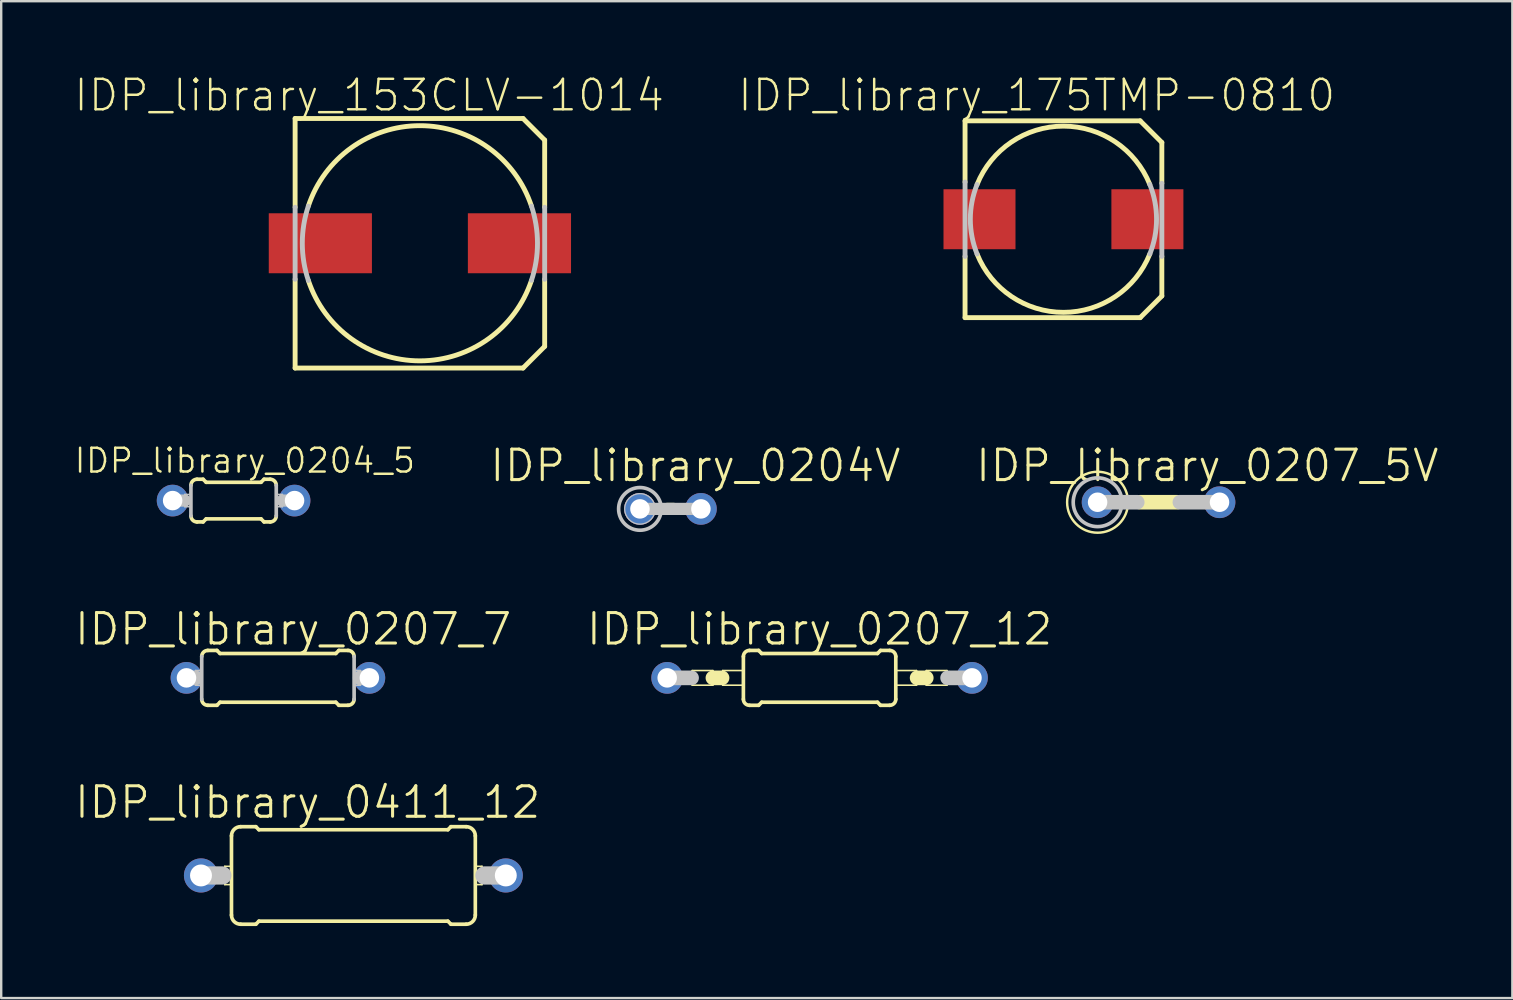
<source format=kicad_pcb>
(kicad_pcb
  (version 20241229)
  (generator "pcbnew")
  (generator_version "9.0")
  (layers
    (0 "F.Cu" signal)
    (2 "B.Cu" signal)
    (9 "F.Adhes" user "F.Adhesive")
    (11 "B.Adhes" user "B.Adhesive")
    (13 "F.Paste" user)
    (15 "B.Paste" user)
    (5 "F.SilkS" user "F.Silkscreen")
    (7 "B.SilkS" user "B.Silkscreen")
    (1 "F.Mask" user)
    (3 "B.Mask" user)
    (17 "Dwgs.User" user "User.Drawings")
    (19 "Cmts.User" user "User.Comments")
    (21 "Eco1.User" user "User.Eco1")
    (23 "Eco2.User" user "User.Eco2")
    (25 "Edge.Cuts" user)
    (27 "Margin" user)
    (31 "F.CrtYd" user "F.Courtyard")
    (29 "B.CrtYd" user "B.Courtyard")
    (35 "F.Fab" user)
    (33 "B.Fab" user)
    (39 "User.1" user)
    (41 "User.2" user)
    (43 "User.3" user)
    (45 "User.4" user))
  (footprint "IDP_library_175TMP-0810"
    (layer "F.Cu")
    (at 41.261 6.085)
    (property "Reference" "IDP_library_175TMP-0810" (at -1.113 -5.164 0) (layer "F.SilkS") (effects (font (size 1.27 1.27) (thickness 0.102))))
    (attr smd)
    (fp_line (start -4.1 -4.1) (end 3.198 -4.1) (stroke (width 0.203) (type solid)) (layer "F.SilkS"))
    (fp_line (start -4.1 -1.549) (end -4.1 -4.1) (stroke (width 0.203) (type solid)) (layer "F.SilkS"))
    (fp_line (start -4.1 4.1) (end -4.1 1.549) (stroke (width 0.203) (type solid)) (layer "F.SilkS"))
    (fp_line (start 3.198 -4.1) (end 4.1 -3.198) (stroke (width 0.203) (type solid)) (layer "F.SilkS"))
    (fp_line (start 3.198 4.1) (end -4.1 4.1) (stroke (width 0.203) (type solid)) (layer "F.SilkS"))
    (fp_line (start 4.1 -3.198) (end 4.1 -1.499) (stroke (width 0.203) (type solid)) (layer "F.SilkS"))
    (fp_line (start 4.1 1.549) (end 4.1 3.198) (stroke (width 0.203) (type solid)) (layer "F.SilkS"))
    (fp_line (start 4.1 3.198) (end 3.198 4.1) (stroke (width 0.203) (type solid)) (layer "F.SilkS"))
    (fp_arc (start -3.59918 -1.4478) (mid -0.002514 -3.879461) (end 3.5973 -1.452464) (stroke (width 0.2032) (type solid)) (layer "F.SilkS"))
    (fp_arc (start 3.59918 1.4478) (mid 0.002514 3.879461) (end -3.5973 1.452464) (stroke (width 0.2032) (type solid)) (layer "F.SilkS"))
    (fp_line (start -4.1 1.549) (end -4.1 -1.549) (stroke (width 0.203) (type solid)) (layer "Dwgs.User"))
    (fp_line (start 4.1 -1.499) (end 4.1 1.549) (stroke (width 0.203) (type solid)) (layer "Dwgs.User"))
    (fp_arc (start -3.59918 1.4478) (mid -3.879461 0.000871) (end -3.59983 -1.446183) (stroke (width 0.2032) (type solid)) (layer "Dwgs.User"))
    (fp_arc (start 3.59918 -1.4478) (mid 3.879461 -0.000871) (end 3.59983 1.446183) (stroke (width 0.2032) (type solid)) (layer "Dwgs.User"))
    (pad "+" smd rect (at 3.498 0) (size 3 2.499) (layers "F.Cu" "F.Mask" "F.Paste"))
    (pad "-" smd rect (at -3.498 0) (size 3 2.499) (layers "F.Cu" "F.Mask" "F.Paste")))
  (footprint "IDP_library_0204_5"
    (layer "F.Cu")
    (at 6.683 17.808)
    (property "Reference" "IDP_library_0204_5" (at 0.47 -1.664 0) (layer "F.SilkS") (effects (font (size 0.991 0.991) (thickness 0.102))))
    (attr exclude_from_pos_files exclude_from_bom)
    (fp_line (start -1.524 -0.889) (end -1.27 -0.889) (stroke (width 0.152) (type solid)) (layer "F.SilkS"))
    (fp_line (start -1.524 0.889) (end -1.27 0.889) (stroke (width 0.152) (type solid)) (layer "F.SilkS"))
    (fp_line (start -1.143 -0.762) (end -1.27 -0.889) (stroke (width 0.152) (type solid)) (layer "F.SilkS"))
    (fp_line (start -1.143 0.762) (end -1.27 0.889) (stroke (width 0.152) (type solid)) (layer "F.SilkS"))
    (fp_line (start 1.143 -0.762) (end -1.143 -0.762) (stroke (width 0.152) (type solid)) (layer "F.SilkS"))
    (fp_line (start 1.143 -0.762) (end 1.27 -0.889) (stroke (width 0.152) (type solid)) (layer "F.SilkS"))
    (fp_line (start 1.143 0.762) (end -1.143 0.762) (stroke (width 0.152) (type solid)) (layer "F.SilkS"))
    (fp_line (start 1.143 0.762) (end 1.27 0.889) (stroke (width 0.152) (type solid)) (layer "F.SilkS"))
    (fp_line (start 1.524 -0.889) (end 1.27 -0.889) (stroke (width 0.152) (type solid)) (layer "F.SilkS"))
    (fp_line (start 1.524 0.889) (end 1.27 0.889) (stroke (width 0.152) (type solid)) (layer "F.SilkS"))
    (fp_arc (start -1.778 -0.635) (mid -1.703605 -0.814605) (end -1.524 -0.889) (stroke (width 0.1524) (type solid)) (layer "F.SilkS"))
    (fp_arc (start -1.524 0.889) (mid -1.703605 0.814605) (end -1.778 0.635) (stroke (width 0.1524) (type solid)) (layer "F.SilkS"))
    (fp_arc (start 1.524 -0.889) (mid 1.703605 -0.814605) (end 1.778 -0.635) (stroke (width 0.1524) (type solid)) (layer "F.SilkS"))
    (fp_arc (start 1.778 0.635) (mid 1.703605 0.814605) (end 1.524 0.889) (stroke (width 0.1524) (type solid)) (layer "F.SilkS"))
    (fp_line (start -2.54 0) (end -2.032 0) (stroke (width 0.508) (type solid)) (layer "Dwgs.User"))
    (fp_line (start -2.032 -0.254) (end -1.778 -0.254) (stroke (width 0.066) (type solid)) (layer "Dwgs.User"))
    (fp_line (start -2.032 0.254) (end -2.032 -0.254) (stroke (width 0.066) (type solid)) (layer "Dwgs.User"))
    (fp_line (start -2.032 0.254) (end -1.778 0.254) (stroke (width 0.066) (type solid)) (layer "Dwgs.User"))
    (fp_line (start -1.778 0.254) (end -1.778 -0.254) (stroke (width 0.066) (type solid)) (layer "Dwgs.User"))
    (fp_line (start -1.778 0.635) (end -1.778 -0.635) (stroke (width 0.152) (type solid)) (layer "Dwgs.User"))
    (fp_line (start 1.778 -0.254) (end 2.032 -0.254) (stroke (width 0.066) (type solid)) (layer "Dwgs.User"))
    (fp_line (start 1.778 0.254) (end 1.778 -0.254) (stroke (width 0.066) (type solid)) (layer "Dwgs.User"))
    (fp_line (start 1.778 0.254) (end 2.032 0.254) (stroke (width 0.066) (type solid)) (layer "Dwgs.User"))
    (fp_line (start 1.778 0.635) (end 1.778 -0.635) (stroke (width 0.152) (type solid)) (layer "Dwgs.User"))
    (fp_line (start 2.032 0.254) (end 2.032 -0.254) (stroke (width 0.066) (type solid)) (layer "Dwgs.User"))
    (fp_line (start 2.54 0) (end 2.032 0) (stroke (width 0.508) (type solid)) (layer "Dwgs.User"))
    (pad "1" thru_hole circle (at -2.54 0) (size 1.321 1.321) (drill 0.813) (layers "*.Cu" "*.Paste" "*.Mask"))
    (pad "2" thru_hole circle (at 2.54 0) (size 1.321 1.321) (drill 0.813) (layers "*.Cu" "*.Paste" "*.Mask")))
  (footprint "IDP_library_0411_12"
    (layer "F.Cu")
    (at 11.675 33.428)
    (property "Reference" "IDP_library_0411_12" (at -1.905 -3.048 0) (layer "F.SilkS") (effects (font (size 1.27 1.27) (thickness 0.127))))
    (attr exclude_from_pos_files exclude_from_bom)
    (fp_line (start -5.359 -0.381) (end -5.08 -0.381) (stroke (width 0.066) (type solid)) (layer "F.SilkS"))
    (fp_line (start -5.359 0.381) (end -5.359 -0.381) (stroke (width 0.066) (type solid)) (layer "F.SilkS"))
    (fp_line (start -5.359 0.381) (end -5.08 0.381) (stroke (width 0.066) (type solid)) (layer "F.SilkS"))
    (fp_line (start -5.08 -1.651) (end -5.08 1.651) (stroke (width 0.152) (type solid)) (layer "F.SilkS"))
    (fp_line (start -5.08 0.381) (end -5.08 -0.381) (stroke (width 0.066) (type solid)) (layer "F.SilkS"))
    (fp_line (start -4.699 -2.032) (end -4.064 -2.032) (stroke (width 0.152) (type solid)) (layer "F.SilkS"))
    (fp_line (start -4.699 2.032) (end -4.064 2.032) (stroke (width 0.152) (type solid)) (layer "F.SilkS"))
    (fp_line (start -3.937 -1.905) (end -4.064 -2.032) (stroke (width 0.152) (type solid)) (layer "F.SilkS"))
    (fp_line (start -3.937 -1.905) (end 3.937 -1.905) (stroke (width 0.152) (type solid)) (layer "F.SilkS"))
    (fp_line (start -3.937 1.905) (end -4.064 2.032) (stroke (width 0.152) (type solid)) (layer "F.SilkS"))
    (fp_line (start -3.937 1.905) (end 3.937 1.905) (stroke (width 0.152) (type solid)) (layer "F.SilkS"))
    (fp_line (start 3.937 -1.905) (end 4.064 -2.032) (stroke (width 0.152) (type solid)) (layer "F.SilkS"))
    (fp_line (start 3.937 1.905) (end 4.064 2.032) (stroke (width 0.152) (type solid)) (layer "F.SilkS"))
    (fp_line (start 4.699 -2.032) (end 4.064 -2.032) (stroke (width 0.152) (type solid)) (layer "F.SilkS"))
    (fp_line (start 4.699 2.032) (end 4.064 2.032) (stroke (width 0.152) (type solid)) (layer "F.SilkS"))
    (fp_line (start 5.08 -0.381) (end 5.359 -0.381) (stroke (width 0.066) (type solid)) (layer "F.SilkS"))
    (fp_line (start 5.08 0.381) (end 5.08 -0.381) (stroke (width 0.066) (type solid)) (layer "F.SilkS"))
    (fp_line (start 5.08 0.381) (end 5.359 0.381) (stroke (width 0.066) (type solid)) (layer "F.SilkS"))
    (fp_line (start 5.08 1.651) (end 5.08 -1.651) (stroke (width 0.152) (type solid)) (layer "F.SilkS"))
    (fp_line (start 5.359 0.381) (end 5.359 -0.381) (stroke (width 0.066) (type solid)) (layer "F.SilkS"))
    (fp_arc (start -5.08 -1.651) (mid -4.968408 -1.920408) (end -4.699 -2.032) (stroke (width 0.1524) (type solid)) (layer "F.SilkS"))
    (fp_arc (start -4.699 2.032) (mid -4.968408 1.920408) (end -5.08 1.651) (stroke (width 0.1524) (type solid)) (layer "F.SilkS"))
    (fp_arc (start 4.699 -2.032) (mid 4.968408 -1.920408) (end 5.08 -1.651) (stroke (width 0.1524) (type solid)) (layer "F.SilkS"))
    (fp_arc (start 5.08 1.651) (mid 4.968408 1.920408) (end 4.699 2.032) (stroke (width 0.1524) (type solid)) (layer "F.SilkS"))
    (fp_line (start -6.35 0) (end -5.461 0) (stroke (width 0.762) (type solid)) (layer "Dwgs.User"))
    (fp_line (start 6.35 0) (end 5.461 0) (stroke (width 0.762) (type solid)) (layer "Dwgs.User"))
    (pad "1" thru_hole circle (at -6.35 0) (size 1.422 1.422) (drill 0.914) (layers "*.Cu" "*.Paste" "*.Mask"))
    (pad "2" thru_hole circle (at 6.35 0) (size 1.422 1.422) (drill 0.914) (layers "*.Cu" "*.Paste" "*.Mask")))
  (footprint "IDP_library_153CLV-1014"
    (layer "F.Cu")
    (at 14.446 7.086)
    (property "Reference" "IDP_library_153CLV-1014" (at -2.113 -6.165 0) (layer "F.SilkS") (effects (font (size 1.27 1.27) (thickness 0.102))))
    (attr smd)
    (fp_line (start -5.199 -5.199) (end 4.298 -5.199) (stroke (width 0.203) (type solid)) (layer "F.SilkS"))
    (fp_line (start -5.199 -1.499) (end -5.199 -5.199) (stroke (width 0.203) (type solid)) (layer "F.SilkS"))
    (fp_line (start -5.199 5.199) (end -5.199 1.499) (stroke (width 0.203) (type solid)) (layer "F.SilkS"))
    (fp_line (start 4.298 -5.199) (end 5.199 -4.298) (stroke (width 0.203) (type solid)) (layer "F.SilkS"))
    (fp_line (start 4.298 5.199) (end -5.199 5.199) (stroke (width 0.203) (type solid)) (layer "F.SilkS"))
    (fp_line (start 5.199 -4.298) (end 5.199 -1.499) (stroke (width 0.203) (type solid)) (layer "F.SilkS"))
    (fp_line (start 5.199 1.499) (end 5.199 4.298) (stroke (width 0.203) (type solid)) (layer "F.SilkS"))
    (fp_line (start 5.199 4.298) (end 4.298 5.199) (stroke (width 0.203) (type solid)) (layer "F.SilkS"))
    (fp_arc (start -4.6482 -1.5494) (mid -0.001287 -4.899633) (end 4.647385 -1.551842) (stroke (width 0.2032) (type solid)) (layer "F.SilkS"))
    (fp_arc (start 4.6482 1.5494) (mid 0.001287 4.899633) (end -4.647385 1.551842) (stroke (width 0.2032) (type solid)) (layer "F.SilkS"))
    (fp_line (start -5.199 1.499) (end -5.199 -1.499) (stroke (width 0.203) (type solid)) (layer "Dwgs.User"))
    (fp_line (start 5.199 -1.499) (end 5.199 1.499) (stroke (width 0.203) (type solid)) (layer "Dwgs.User"))
    (fp_arc (start -4.6482 1.5494) (mid -4.899632 0.002989) (end -4.650087 -1.543728) (stroke (width 0.2032) (type solid)) (layer "Dwgs.User"))
    (fp_arc (start 4.6482 -1.5494) (mid 4.899632 -0.002989) (end 4.650087 1.543728) (stroke (width 0.2032) (type solid)) (layer "Dwgs.User"))
    (pad "+" smd rect (at 4.148 0) (size 4.298 2.499) (layers "F.Cu" "F.Mask" "F.Paste"))
    (pad "-" smd rect (at -4.148 0) (size 4.298 2.499) (layers "F.Cu" "F.Mask" "F.Paste")))
  (footprint "IDP_library_0204V"
    (layer "F.Cu")
    (at 24.885 18.154)
    (property "Reference" "IDP_library_0204V" (at 1.041 -1.801 0) (layer "F.SilkS") (effects (font (size 1.27 1.27) (thickness 0.127))))
    (attr exclude_from_pos_files exclude_from_bom)
    (fp_line (start -0.127 0) (end 0.127 0) (stroke (width 0.508) (type solid)) (layer "F.SilkS"))
    (fp_line (start -1.27 0) (end 1.27 0) (stroke (width 0.508) (type solid)) (layer "Dwgs.User"))
    (fp_circle (center -1.27 0) (end -1.27 -0.889) (stroke (width 0.152) (type solid)) (fill no) (layer "Dwgs.User"))
    (fp_circle (center -1.27 0) (end -1.27 -0.635) (stroke (width 0.051) (type solid)) (fill no) (layer "Dwgs.User"))
    (pad "1" thru_hole circle (at -1.27 0) (size 1.321 1.321) (drill 0.813) (layers "*.Cu" "*.Paste" "*.Mask"))
    (pad "2" thru_hole circle (at 1.27 0) (size 1.321 1.321) (drill 0.813) (layers "*.Cu" "*.Paste" "*.Mask")))
  (footprint "IDP_library_0207_12"
    (layer "F.Cu")
    (at 31.1 25.195)
    (property "Reference" "IDP_library_0207_12" (at 0 -2.032 0) (layer "F.SilkS") (effects (font (size 1.27 1.27) (thickness 0.127))))
    (attr exclude_from_pos_files exclude_from_bom)
    (fp_line (start -5.309 -0.305) (end -4.445 -0.305) (stroke (width 0.066) (type solid)) (layer "F.SilkS"))
    (fp_line (start -5.309 0.305) (end -5.309 -0.305) (stroke (width 0.066) (type solid)) (layer "F.SilkS"))
    (fp_line (start -5.309 0.305) (end -4.445 0.305) (stroke (width 0.066) (type solid)) (layer "F.SilkS"))
    (fp_line (start -4.445 0) (end -4.064 0) (stroke (width 0.61) (type solid)) (layer "F.SilkS"))
    (fp_line (start -4.445 0.305) (end -4.445 -0.305) (stroke (width 0.066) (type solid)) (layer "F.SilkS"))
    (fp_line (start -4.039 -0.305) (end -3.175 -0.305) (stroke (width 0.066) (type solid)) (layer "F.SilkS"))
    (fp_line (start -4.039 0.305) (end -4.039 -0.305) (stroke (width 0.066) (type solid)) (layer "F.SilkS"))
    (fp_line (start -4.039 0.305) (end -3.175 0.305) (stroke (width 0.066) (type solid)) (layer "F.SilkS"))
    (fp_line (start -3.175 0.305) (end -3.175 -0.305) (stroke (width 0.066) (type solid)) (layer "F.SilkS"))
    (fp_line (start -3.175 0.889) (end -3.175 -0.889) (stroke (width 0.152) (type solid)) (layer "F.SilkS"))
    (fp_line (start -2.921 -1.143) (end -2.54 -1.143) (stroke (width 0.152) (type solid)) (layer "F.SilkS"))
    (fp_line (start -2.921 1.143) (end -2.54 1.143) (stroke (width 0.152) (type solid)) (layer "F.SilkS"))
    (fp_line (start -2.413 -1.016) (end -2.54 -1.143) (stroke (width 0.152) (type solid)) (layer "F.SilkS"))
    (fp_line (start -2.413 1.016) (end -2.54 1.143) (stroke (width 0.152) (type solid)) (layer "F.SilkS"))
    (fp_line (start 2.413 -1.016) (end -2.413 -1.016) (stroke (width 0.152) (type solid)) (layer "F.SilkS"))
    (fp_line (start 2.413 -1.016) (end 2.54 -1.143) (stroke (width 0.152) (type solid)) (layer "F.SilkS"))
    (fp_line (start 2.413 1.016) (end -2.413 1.016) (stroke (width 0.152) (type solid)) (layer "F.SilkS"))
    (fp_line (start 2.413 1.016) (end 2.54 1.143) (stroke (width 0.152) (type solid)) (layer "F.SilkS"))
    (fp_line (start 2.921 -1.143) (end 2.54 -1.143) (stroke (width 0.152) (type solid)) (layer "F.SilkS"))
    (fp_line (start 2.921 1.143) (end 2.54 1.143) (stroke (width 0.152) (type solid)) (layer "F.SilkS"))
    (fp_line (start 3.175 -0.305) (end 4.039 -0.305) (stroke (width 0.066) (type solid)) (layer "F.SilkS"))
    (fp_line (start 3.175 0.305) (end 3.175 -0.305) (stroke (width 0.066) (type solid)) (layer "F.SilkS"))
    (fp_line (start 3.175 0.305) (end 4.039 0.305) (stroke (width 0.066) (type solid)) (layer "F.SilkS"))
    (fp_line (start 3.175 0.889) (end 3.175 -0.889) (stroke (width 0.152) (type solid)) (layer "F.SilkS"))
    (fp_line (start 4.039 0.305) (end 4.039 -0.305) (stroke (width 0.066) (type solid)) (layer "F.SilkS"))
    (fp_line (start 4.445 -0.305) (end 5.309 -0.305) (stroke (width 0.066) (type solid)) (layer "F.SilkS"))
    (fp_line (start 4.445 0) (end 4.064 0) (stroke (width 0.61) (type solid)) (layer "F.SilkS"))
    (fp_line (start 4.445 0.305) (end 4.445 -0.305) (stroke (width 0.066) (type solid)) (layer "F.SilkS"))
    (fp_line (start 4.445 0.305) (end 5.309 0.305) (stroke (width 0.066) (type solid)) (layer "F.SilkS"))
    (fp_line (start 5.309 0.305) (end 5.309 -0.305) (stroke (width 0.066) (type solid)) (layer "F.SilkS"))
    (fp_arc (start -3.175 -0.889) (mid -3.100605 -1.068605) (end -2.921 -1.143) (stroke (width 0.1524) (type solid)) (layer "F.SilkS"))
    (fp_arc (start -2.921 1.143) (mid -3.100605 1.068605) (end -3.175 0.889) (stroke (width 0.1524) (type solid)) (layer "F.SilkS"))
    (fp_arc (start 2.921 -1.143) (mid 3.100605 -1.068605) (end 3.175 -0.889) (stroke (width 0.1524) (type solid)) (layer "F.SilkS"))
    (fp_arc (start 3.175 0.889) (mid 3.100605 1.068605) (end 2.921 1.143) (stroke (width 0.1524) (type solid)) (layer "F.SilkS"))
    (fp_line (start -6.35 0) (end -5.334 0) (stroke (width 0.61) (type solid)) (layer "Dwgs.User"))
    (fp_line (start 6.35 0) (end 5.334 0) (stroke (width 0.61) (type solid)) (layer "Dwgs.User"))
    (pad "1" thru_hole circle (at -6.35 0) (size 1.321 1.321) (drill 0.813) (layers "*.Cu" "*.Paste" "*.Mask"))
    (pad "2" thru_hole circle (at 6.35 0) (size 1.321 1.321) (drill 0.813) (layers "*.Cu" "*.Paste" "*.Mask")))
  (footprint "IDP_library_0207_5V"
    (layer "F.Cu")
    (at 45.224 17.877)
    (property "Reference" "IDP_library_0207_5V" (at 2.032 -1.524 0) (layer "F.SilkS") (effects (font (size 1.27 1.27) (thickness 0.127))))
    (attr exclude_from_pos_files exclude_from_bom)
    (fp_line (start -0.762 0) (end 0.762 0) (stroke (width 0.61) (type solid)) (layer "F.SilkS"))
    (fp_circle (center -2.54 0) (end -2.54 -1.27) (stroke (width 0.102) (type solid)) (fill no) (layer "F.SilkS"))
    (fp_line (start -2.54 0) (end -0.889 0) (stroke (width 0.61) (type solid)) (layer "Dwgs.User"))
    (fp_line (start 0.889 0) (end 2.54 0) (stroke (width 0.61) (type solid)) (layer "Dwgs.User"))
    (fp_circle (center -2.54 0) (end -2.54 -1.016) (stroke (width 0.152) (type solid)) (fill no) (layer "Dwgs.User"))
    (pad "1" thru_hole circle (at -2.54 0) (size 1.321 1.321) (drill 0.813) (layers "*.Cu" "*.Paste" "*.Mask"))
    (pad "2" thru_hole circle (at 2.54 0) (size 1.321 1.321) (drill 0.813) (layers "*.Cu" "*.Paste" "*.Mask")))
  (footprint "IDP_library_0207_7"
    (layer "F.Cu")
    (at 8.53 25.195)
    (property "Reference" "IDP_library_0207_7" (at 0.635 -2.032 0) (layer "F.SilkS") (effects (font (size 1.27 1.27) (thickness 0.127))))
    (attr exclude_from_pos_files exclude_from_bom)
    (fp_line (start -2.921 -1.143) (end -2.54 -1.143) (stroke (width 0.152) (type solid)) (layer "F.SilkS"))
    (fp_line (start -2.921 1.143) (end -2.54 1.143) (stroke (width 0.152) (type solid)) (layer "F.SilkS"))
    (fp_line (start -2.413 -1.016) (end -2.54 -1.143) (stroke (width 0.152) (type solid)) (layer "F.SilkS"))
    (fp_line (start -2.413 1.016) (end -2.54 1.143) (stroke (width 0.152) (type solid)) (layer "F.SilkS"))
    (fp_line (start 2.413 -1.016) (end -2.413 -1.016) (stroke (width 0.152) (type solid)) (layer "F.SilkS"))
    (fp_line (start 2.413 -1.016) (end 2.54 -1.143) (stroke (width 0.152) (type solid)) (layer "F.SilkS"))
    (fp_line (start 2.413 1.016) (end -2.413 1.016) (stroke (width 0.152) (type solid)) (layer "F.SilkS"))
    (fp_line (start 2.413 1.016) (end 2.54 1.143) (stroke (width 0.152) (type solid)) (layer "F.SilkS"))
    (fp_line (start 2.921 -1.143) (end 2.54 -1.143) (stroke (width 0.152) (type solid)) (layer "F.SilkS"))
    (fp_line (start 2.921 1.143) (end 2.54 1.143) (stroke (width 0.152) (type solid)) (layer "F.SilkS"))
    (fp_arc (start -3.175 -0.889) (mid -3.100605 -1.068605) (end -2.921 -1.143) (stroke (width 0.1524) (type solid)) (layer "F.SilkS"))
    (fp_arc (start -2.921 1.143) (mid -3.100605 1.068605) (end -3.175 0.889) (stroke (width 0.1524) (type solid)) (layer "F.SilkS"))
    (fp_arc (start 2.921 -1.143) (mid 3.100605 -1.068605) (end 3.175 -0.889) (stroke (width 0.1524) (type solid)) (layer "F.SilkS"))
    (fp_arc (start 3.175 0.889) (mid 3.100605 1.068605) (end 2.921 1.143) (stroke (width 0.1524) (type solid)) (layer "F.SilkS"))
    (fp_line (start -3.81 0) (end -3.429 0) (stroke (width 0.61) (type solid)) (layer "Dwgs.User"))
    (fp_line (start -3.429 -0.305) (end -3.175 -0.305) (stroke (width 0.066) (type solid)) (layer "Dwgs.User"))
    (fp_line (start -3.429 0.305) (end -3.429 -0.305) (stroke (width 0.066) (type solid)) (layer "Dwgs.User"))
    (fp_line (start -3.429 0.305) (end -3.175 0.305) (stroke (width 0.066) (type solid)) (layer "Dwgs.User"))
    (fp_line (start -3.175 0.305) (end -3.175 -0.305) (stroke (width 0.066) (type solid)) (layer "Dwgs.User"))
    (fp_line (start -3.175 0.889) (end -3.175 -0.889) (stroke (width 0.152) (type solid)) (layer "Dwgs.User"))
    (fp_line (start 3.175 -0.305) (end 3.429 -0.305) (stroke (width 0.066) (type solid)) (layer "Dwgs.User"))
    (fp_line (start 3.175 0.305) (end 3.175 -0.305) (stroke (width 0.066) (type solid)) (layer "Dwgs.User"))
    (fp_line (start 3.175 0.305) (end 3.429 0.305) (stroke (width 0.066) (type solid)) (layer "Dwgs.User"))
    (fp_line (start 3.175 0.889) (end 3.175 -0.889) (stroke (width 0.152) (type solid)) (layer "Dwgs.User"))
    (fp_line (start 3.429 0) (end 3.81 0) (stroke (width 0.61) (type solid)) (layer "Dwgs.User"))
    (fp_line (start 3.429 0.305) (end 3.429 -0.305) (stroke (width 0.066) (type solid)) (layer "Dwgs.User"))
    (pad "1" thru_hole circle (at -3.81 0) (size 1.321 1.321) (drill 0.813) (layers "*.Cu" "*.Paste" "*.Mask"))
    (pad "2" thru_hole circle (at 3.81 0) (size 1.321 1.321) (drill 0.813) (layers "*.Cu" "*.Paste" "*.Mask")))
  (gr_rect
    (start -3 -3)
    (end 59.966 38.537)
    (stroke (width 0.1) (type default))
    (fill no)
    (layer "Edge.Cuts")))
</source>
